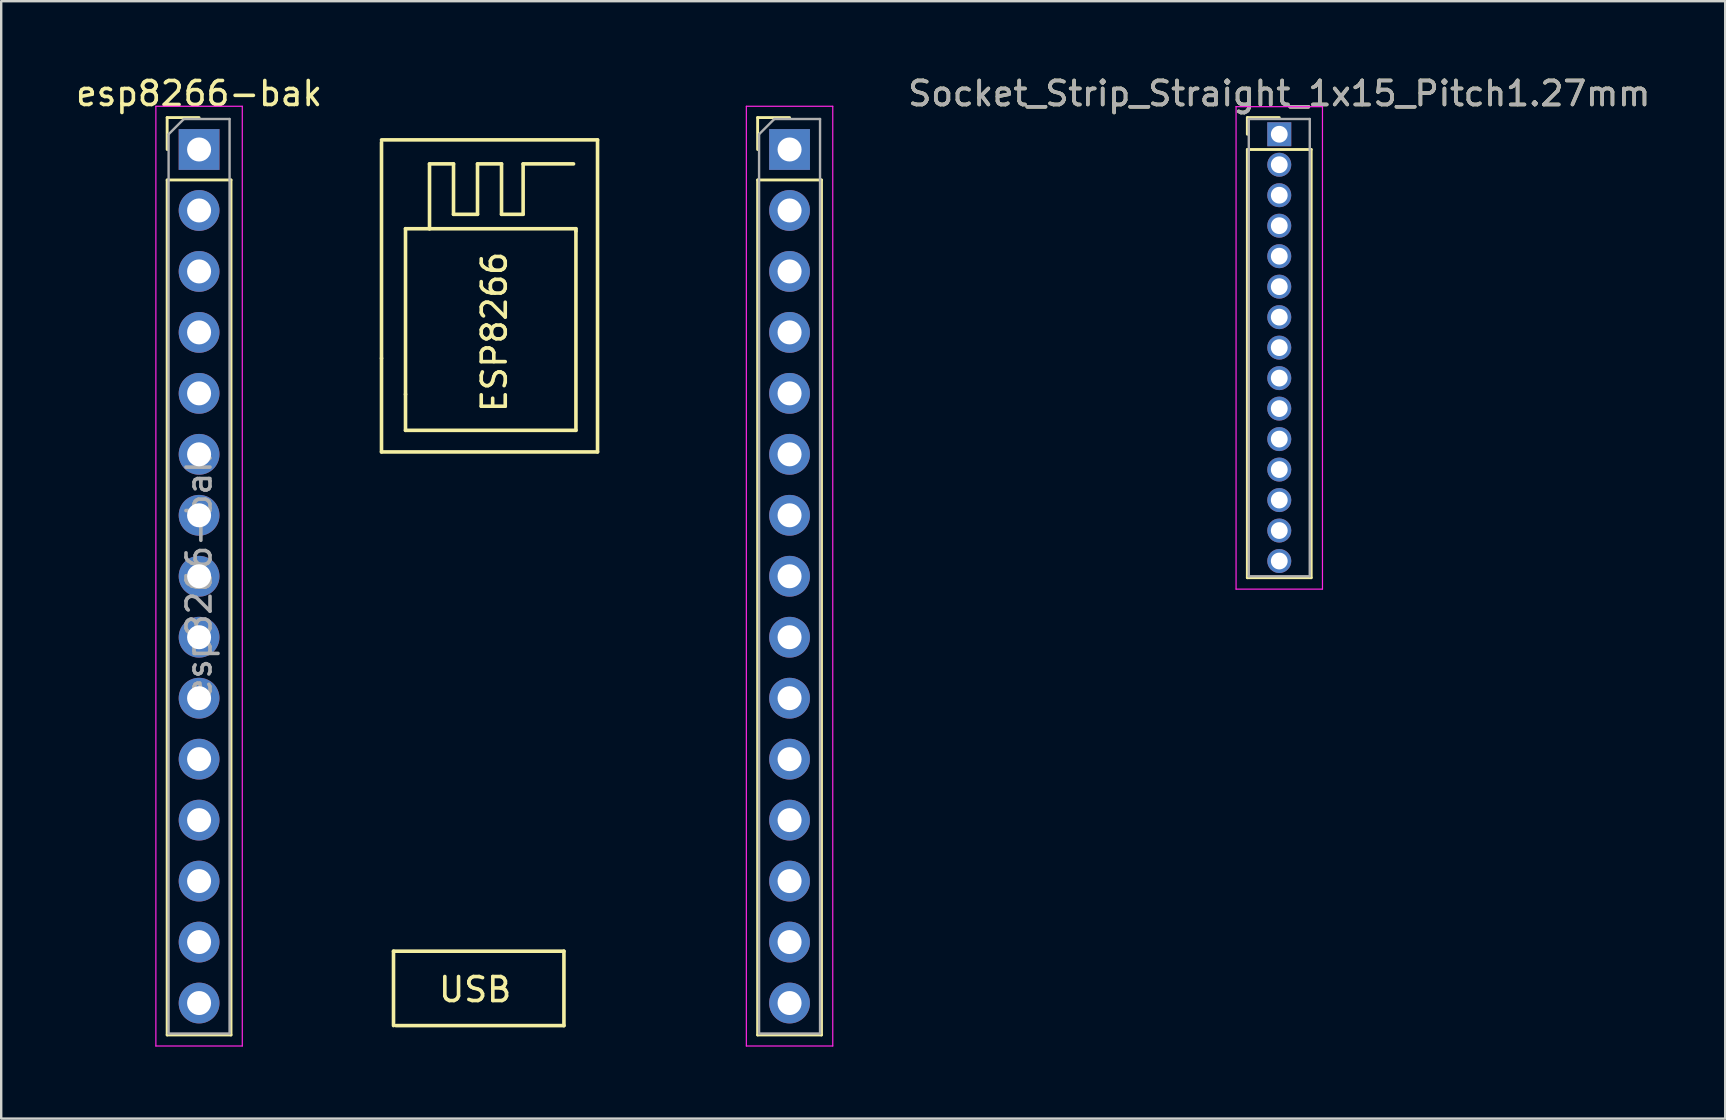
<source format=kicad_pcb>
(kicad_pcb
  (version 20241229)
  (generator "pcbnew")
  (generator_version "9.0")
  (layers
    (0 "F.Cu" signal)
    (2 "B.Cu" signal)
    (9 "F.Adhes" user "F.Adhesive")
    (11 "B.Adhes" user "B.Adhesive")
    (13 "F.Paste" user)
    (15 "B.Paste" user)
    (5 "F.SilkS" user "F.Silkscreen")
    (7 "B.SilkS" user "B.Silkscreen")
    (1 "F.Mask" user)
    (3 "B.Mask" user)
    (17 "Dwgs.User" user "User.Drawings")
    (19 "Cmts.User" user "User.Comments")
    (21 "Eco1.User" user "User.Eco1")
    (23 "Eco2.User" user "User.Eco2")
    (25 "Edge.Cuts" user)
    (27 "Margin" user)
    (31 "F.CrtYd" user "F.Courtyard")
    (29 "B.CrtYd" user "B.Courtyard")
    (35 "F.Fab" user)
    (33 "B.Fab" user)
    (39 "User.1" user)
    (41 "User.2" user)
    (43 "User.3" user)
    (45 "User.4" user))
  (footprint "esp8266-bak"
    (layer "F.Cu")
    (at 16.744 21.878)
    (property "Reference" "esp8266-bak" (at -11.5 -21.03 0) (layer "F.SilkS") (effects (font (size 1 1) (thickness 0.15))))
    (attr through_hole)
    (fp_line (start -12.83 -20.03) (end -11.5 -20.03) (stroke (width 0.12) (type solid)) (layer "F.SilkS"))
    (fp_line (start -12.83 -18.7) (end -12.83 -20.03) (stroke (width 0.12) (type solid)) (layer "F.SilkS"))
    (fp_line (start -12.83 -17.43) (end -12.83 18.19) (stroke (width 0.12) (type solid)) (layer "F.SilkS"))
    (fp_line (start -12.83 -17.43) (end -10.17 -17.43) (stroke (width 0.12) (type solid)) (layer "F.SilkS"))
    (fp_line (start -12.83 18.19) (end -10.17 18.19) (stroke (width 0.12) (type solid)) (layer "F.SilkS"))
    (fp_line (start -10.17 -17.43) (end -10.17 18.19) (stroke (width 0.12) (type solid)) (layer "F.SilkS"))
    (fp_line (start -3.9 -19) (end -3.9 -10) (stroke (width 0.15) (type solid)) (layer "F.SilkS"))
    (fp_line (start -3.9 -10) (end -3.9 -6.1) (stroke (width 0.15) (type solid)) (layer "F.SilkS"))
    (fp_line (start -3.9 -6.1) (end 5.1 -6.1) (stroke (width 0.15) (type solid)) (layer "F.SilkS"))
    (fp_line (start -3.4 14.7) (end -3.4 17.8) (stroke (width 0.15) (type solid)) (layer "F.SilkS"))
    (fp_line (start -3.3 17.8) (end 3.7 17.8) (stroke (width 0.15) (type solid)) (layer "F.SilkS"))
    (fp_line (start -2.9 -15.4) (end -2.9 -8.5) (stroke (width 0.15) (type solid)) (layer "F.SilkS"))
    (fp_line (start -2.9 -8.5) (end -2.9 -7) (stroke (width 0.15) (type solid)) (layer "F.SilkS"))
    (fp_line (start -2.9 -7) (end 4.2 -7) (stroke (width 0.15) (type solid)) (layer "F.SilkS"))
    (fp_line (start -1.9 -18.1) (end -1.9 -15.4) (stroke (width 0.15) (type solid)) (layer "F.SilkS"))
    (fp_line (start -1.9 -15.4) (end -2.9 -15.4) (stroke (width 0.15) (type solid)) (layer "F.SilkS"))
    (fp_line (start -0.9 -18.1) (end -1.9 -18.1) (stroke (width 0.15) (type solid)) (layer "F.SilkS"))
    (fp_line (start -0.9 -16) (end -0.9 -18.1) (stroke (width 0.15) (type solid)) (layer "F.SilkS"))
    (fp_line (start 0.1 -18.1) (end 0.1 -16) (stroke (width 0.15) (type solid)) (layer "F.SilkS"))
    (fp_line (start 0.1 -16) (end -0.9 -16) (stroke (width 0.15) (type solid)) (layer "F.SilkS"))
    (fp_line (start 1.1 -18.1) (end 0.1 -18.1) (stroke (width 0.15) (type solid)) (layer "F.SilkS"))
    (fp_line (start 1.1 -16) (end 1.1 -18.1) (stroke (width 0.15) (type solid)) (layer "F.SilkS"))
    (fp_line (start 2 -18.1) (end 2 -16) (stroke (width 0.15) (type solid)) (layer "F.SilkS"))
    (fp_line (start 2 -16) (end 1.1 -16) (stroke (width 0.15) (type solid)) (layer "F.SilkS"))
    (fp_line (start 3.7 14.7) (end -3.4 14.7) (stroke (width 0.15) (type solid)) (layer "F.SilkS"))
    (fp_line (start 3.7 17.8) (end 3.7 14.7) (stroke (width 0.15) (type solid)) (layer "F.SilkS"))
    (fp_line (start 4.1 -18.1) (end 2 -18.1) (stroke (width 0.15) (type solid)) (layer "F.SilkS"))
    (fp_line (start 4.2 -15.4) (end -1.9 -15.4) (stroke (width 0.15) (type solid)) (layer "F.SilkS"))
    (fp_line (start 4.2 -15.3) (end 4.2 -15.4) (stroke (width 0.15) (type solid)) (layer "F.SilkS"))
    (fp_line (start 4.2 -7) (end 4.2 -15.3) (stroke (width 0.15) (type solid)) (layer "F.SilkS"))
    (fp_line (start 5.1 -19.1) (end -3.9 -19.1) (stroke (width 0.15) (type solid)) (layer "F.SilkS"))
    (fp_line (start 5.1 -6.1) (end 5.1 -19.1) (stroke (width 0.15) (type solid)) (layer "F.SilkS"))
    (fp_line (start 11.77 -20.03) (end 13.1 -20.03) (stroke (width 0.12) (type solid)) (layer "F.SilkS"))
    (fp_line (start 11.77 -18.7) (end 11.77 -20.03) (stroke (width 0.12) (type solid)) (layer "F.SilkS"))
    (fp_line (start 11.77 -17.43) (end 11.77 18.19) (stroke (width 0.12) (type solid)) (layer "F.SilkS"))
    (fp_line (start 11.77 -17.43) (end 14.43 -17.43) (stroke (width 0.12) (type solid)) (layer "F.SilkS"))
    (fp_line (start 11.77 18.19) (end 14.43 18.19) (stroke (width 0.12) (type solid)) (layer "F.SilkS"))
    (fp_line (start 14.43 -17.43) (end 14.43 18.19) (stroke (width 0.12) (type solid)) (layer "F.SilkS"))
    (fp_line (start -13.3 -20.5) (end -13.3 18.65) (stroke (width 0.05) (type solid)) (layer "F.CrtYd"))
    (fp_line (start -13.3 18.65) (end -9.7 18.65) (stroke (width 0.05) (type solid)) (layer "F.CrtYd"))
    (fp_line (start -9.7 -20.5) (end -13.3 -20.5) (stroke (width 0.05) (type solid)) (layer "F.CrtYd"))
    (fp_line (start -9.7 18.65) (end -9.7 -20.5) (stroke (width 0.05) (type solid)) (layer "F.CrtYd"))
    (fp_line (start 11.3 -20.5) (end 11.3 18.65) (stroke (width 0.05) (type solid)) (layer "F.CrtYd"))
    (fp_line (start 11.3 18.65) (end 14.9 18.65) (stroke (width 0.05) (type solid)) (layer "F.CrtYd"))
    (fp_line (start 14.9 -20.5) (end 11.3 -20.5) (stroke (width 0.05) (type solid)) (layer "F.CrtYd"))
    (fp_line (start 14.9 18.65) (end 14.9 -20.5) (stroke (width 0.05) (type solid)) (layer "F.CrtYd"))
    (fp_line (start -12.77 -19.335) (end -12.135 -19.97) (stroke (width 0.1) (type solid)) (layer "F.Fab"))
    (fp_line (start -12.77 18.13) (end -12.77 -19.335) (stroke (width 0.1) (type solid)) (layer "F.Fab"))
    (fp_line (start -12.135 -19.97) (end -10.23 -19.97) (stroke (width 0.1) (type solid)) (layer "F.Fab"))
    (fp_line (start -10.23 -19.97) (end -10.23 18.13) (stroke (width 0.1) (type solid)) (layer "F.Fab"))
    (fp_line (start -10.23 18.13) (end -12.77 18.13) (stroke (width 0.1) (type solid)) (layer "F.Fab"))
    (fp_line (start 11.83 -19.335) (end 12.465 -19.97) (stroke (width 0.1) (type solid)) (layer "F.Fab"))
    (fp_line (start 11.83 18.13) (end 11.83 -19.335) (stroke (width 0.1) (type solid)) (layer "F.Fab"))
    (fp_line (start 12.465 -19.97) (end 14.37 -19.97) (stroke (width 0.1) (type solid)) (layer "F.Fab"))
    (fp_line (start 14.37 -19.97) (end 14.37 18.13) (stroke (width 0.1) (type solid)) (layer "F.Fab"))
    (fp_line (start 14.37 18.13) (end 11.83 18.13) (stroke (width 0.1) (type solid)) (layer "F.Fab"))
    (fp_text user "ESP8266" (at 0.8 -11.1 90) (layer "F.SilkS") (effects (font (size 1 1) (thickness 0.15))))
    (fp_text user "USB" (at 0 16.3 0) (layer "F.SilkS") (effects (font (size 1 1) (thickness 0.15))))
    (fp_text user "${REFERENCE}" (at -11.5 -0.92 90) (layer "F.Fab") (effects (font (size 1 1) (thickness 0.15))))
    (pad "1" thru_hole rect (at -11.5 -18.7) (size 1.7 1.7) (drill 1) (layers "*.Cu" "*.Mask"))
    (pad "2" thru_hole oval (at -11.5 -16.16) (size 1.7 1.7) (drill 1) (layers "*.Cu" "*.Mask"))
    (pad "3" thru_hole oval (at -11.5 -13.62) (size 1.7 1.7) (drill 1) (layers "*.Cu" "*.Mask"))
    (pad "4" thru_hole oval (at -11.5 -11.08) (size 1.7 1.7) (drill 1) (layers "*.Cu" "*.Mask"))
    (pad "5" thru_hole oval (at -11.5 -8.54) (size 1.7 1.7) (drill 1) (layers "*.Cu" "*.Mask"))
    (pad "6" thru_hole oval (at -11.5 -6) (size 1.7 1.7) (drill 1) (layers "*.Cu" "*.Mask"))
    (pad "7" thru_hole oval (at -11.5 -3.46) (size 1.7 1.7) (drill 1) (layers "*.Cu" "*.Mask"))
    (pad "8" thru_hole oval (at -11.5 -0.92) (size 1.7 1.7) (drill 1) (layers "*.Cu" "*.Mask"))
    (pad "9" thru_hole oval (at -11.5 1.62) (size 1.7 1.7) (drill 1) (layers "*.Cu" "*.Mask"))
    (pad "10" thru_hole oval (at -11.5 4.16) (size 1.7 1.7) (drill 1) (layers "*.Cu" "*.Mask"))
    (pad "11" thru_hole oval (at -11.5 6.7) (size 1.7 1.7) (drill 1) (layers "*.Cu" "*.Mask"))
    (pad "12" thru_hole oval (at -11.5 9.24) (size 1.7 1.7) (drill 1) (layers "*.Cu" "*.Mask"))
    (pad "13" thru_hole oval (at -11.5 11.78) (size 1.7 1.7) (drill 1) (layers "*.Cu" "*.Mask"))
    (pad "14" thru_hole oval (at -11.5 14.32) (size 1.7 1.7) (drill 1) (layers "*.Cu" "*.Mask"))
    (pad "15" thru_hole oval (at -11.5 16.86) (size 1.7 1.7) (drill 1) (layers "*.Cu" "*.Mask"))
    (pad "16" thru_hole rect (at 13.1 -18.7) (size 1.7 1.7) (drill 1) (layers "*.Cu" "*.Mask"))
    (pad "17" thru_hole oval (at 13.1 -16.16) (size 1.7 1.7) (drill 1) (layers "*.Cu" "*.Mask"))
    (pad "18" thru_hole oval (at 13.1 -13.62) (size 1.7 1.7) (drill 1) (layers "*.Cu" "*.Mask"))
    (pad "19" thru_hole oval (at 13.1 -11.08) (size 1.7 1.7) (drill 1) (layers "*.Cu" "*.Mask"))
    (pad "20" thru_hole oval (at 13.1 -8.54) (size 1.7 1.7) (drill 1) (layers "*.Cu" "*.Mask"))
    (pad "21" thru_hole oval (at 13.1 -6) (size 1.7 1.7) (drill 1) (layers "*.Cu" "*.Mask"))
    (pad "22" thru_hole oval (at 13.1 -3.46) (size 1.7 1.7) (drill 1) (layers "*.Cu" "*.Mask"))
    (pad "23" thru_hole oval (at 13.1 -0.92) (size 1.7 1.7) (drill 1) (layers "*.Cu" "*.Mask"))
    (pad "24" thru_hole oval (at 13.1 1.62) (size 1.7 1.7) (drill 1) (layers "*.Cu" "*.Mask"))
    (pad "25" thru_hole oval (at 13.1 4.16) (size 1.7 1.7) (drill 1) (layers "*.Cu" "*.Mask"))
    (pad "26" thru_hole oval (at 13.1 6.7) (size 1.7 1.7) (drill 1) (layers "*.Cu" "*.Mask"))
    (pad "27" thru_hole oval (at 13.1 9.24) (size 1.7 1.7) (drill 1) (layers "*.Cu" "*.Mask"))
    (pad "28" thru_hole oval (at 13.1 11.78) (size 1.7 1.7) (drill 1) (layers "*.Cu" "*.Mask"))
    (pad "29" thru_hole oval (at 13.1 14.32) (size 1.7 1.7) (drill 1) (layers "*.Cu" "*.Mask"))
    (pad "30" thru_hole oval (at 13.1 16.86) (size 1.7 1.7) (drill 1) (layers "*.Cu" "*.Mask")))
  (footprint "Socket_Strip_Straight_1x15_Pitch1.27mm"
    (layer "F.Cu")
    (at 50.246 2.543)
    (property "Reference" "Socket_Strip_Straight_1x15_Pitch1.27mm" (at 0 -1.695 0) (layer "F.SilkS") (effects (font (size 1 1) (thickness 0.15))))
    (attr through_hole)
    (fp_line (start -1.33 -0.695) (end 0 -0.695) (stroke (width 0.12) (type solid)) (layer "F.SilkS"))
    (fp_line (start -1.33 0) (end -1.33 -0.695) (stroke (width 0.12) (type solid)) (layer "F.SilkS"))
    (fp_line (start -1.33 0.635) (end -1.33 18.475) (stroke (width 0.12) (type solid)) (layer "F.SilkS"))
    (fp_line (start -1.33 18.475) (end 1.33 18.475) (stroke (width 0.12) (type solid)) (layer "F.SilkS"))
    (fp_line (start 1.33 0.635) (end -1.33 0.635) (stroke (width 0.12) (type solid)) (layer "F.SilkS"))
    (fp_line (start 1.33 18.475) (end 1.33 0.635) (stroke (width 0.12) (type solid)) (layer "F.SilkS"))
    (fp_line (start -1.8 -1.15) (end -1.8 18.95) (stroke (width 0.05) (type solid)) (layer "F.CrtYd"))
    (fp_line (start -1.8 18.95) (end 1.8 18.95) (stroke (width 0.05) (type solid)) (layer "F.CrtYd"))
    (fp_line (start 1.8 -1.15) (end -1.8 -1.15) (stroke (width 0.05) (type solid)) (layer "F.CrtYd"))
    (fp_line (start 1.8 18.95) (end 1.8 -1.15) (stroke (width 0.05) (type solid)) (layer "F.CrtYd"))
    (fp_line (start -1.27 -0.635) (end -1.27 18.415) (stroke (width 0.1) (type solid)) (layer "F.Fab"))
    (fp_line (start -1.27 18.415) (end 1.27 18.415) (stroke (width 0.1) (type solid)) (layer "F.Fab"))
    (fp_line (start 1.27 -0.635) (end -1.27 -0.635) (stroke (width 0.1) (type solid)) (layer "F.Fab"))
    (fp_line (start 1.27 18.415) (end 1.27 -0.635) (stroke (width 0.1) (type solid)) (layer "F.Fab"))
    (fp_text user "${REFERENCE}" (at 0 -1.695 0) (layer "F.Fab") (effects (font (size 1 1) (thickness 0.15))))
    (pad "1" thru_hole rect (at 0 0) (size 1 1) (drill 0.7) (layers "*.Cu" "*.Mask"))
    (pad "2" thru_hole oval (at 0 1.27) (size 1 1) (drill 0.7) (layers "*.Cu" "*.Mask"))
    (pad "3" thru_hole oval (at 0 2.54) (size 1 1) (drill 0.7) (layers "*.Cu" "*.Mask"))
    (pad "4" thru_hole oval (at 0 3.81) (size 1 1) (drill 0.7) (layers "*.Cu" "*.Mask"))
    (pad "5" thru_hole oval (at 0 5.08) (size 1 1) (drill 0.7) (layers "*.Cu" "*.Mask"))
    (pad "6" thru_hole oval (at 0 6.35) (size 1 1) (drill 0.7) (layers "*.Cu" "*.Mask"))
    (pad "7" thru_hole oval (at 0 7.62) (size 1 1) (drill 0.7) (layers "*.Cu" "*.Mask"))
    (pad "8" thru_hole oval (at 0 8.89) (size 1 1) (drill 0.7) (layers "*.Cu" "*.Mask"))
    (pad "9" thru_hole oval (at 0 10.16) (size 1 1) (drill 0.7) (layers "*.Cu" "*.Mask"))
    (pad "10" thru_hole oval (at 0 11.43) (size 1 1) (drill 0.7) (layers "*.Cu" "*.Mask"))
    (pad "11" thru_hole oval (at 0 12.7) (size 1 1) (drill 0.7) (layers "*.Cu" "*.Mask"))
    (pad "12" thru_hole oval (at 0 13.97) (size 1 1) (drill 0.7) (layers "*.Cu" "*.Mask"))
    (pad "13" thru_hole oval (at 0 15.24) (size 1 1) (drill 0.7) (layers "*.Cu" "*.Mask"))
    (pad "14" thru_hole oval (at 0 16.51) (size 1 1) (drill 0.7) (layers "*.Cu" "*.Mask"))
    (pad "15" thru_hole oval (at 0 17.78) (size 1 1) (drill 0.7) (layers "*.Cu" "*.Mask")))
  (gr_rect
    (start -3 -3)
    (end 68.824 43.553)
    (stroke (width 0.1) (type default))
    (fill no)
    (layer "Edge.Cuts")))
</source>
